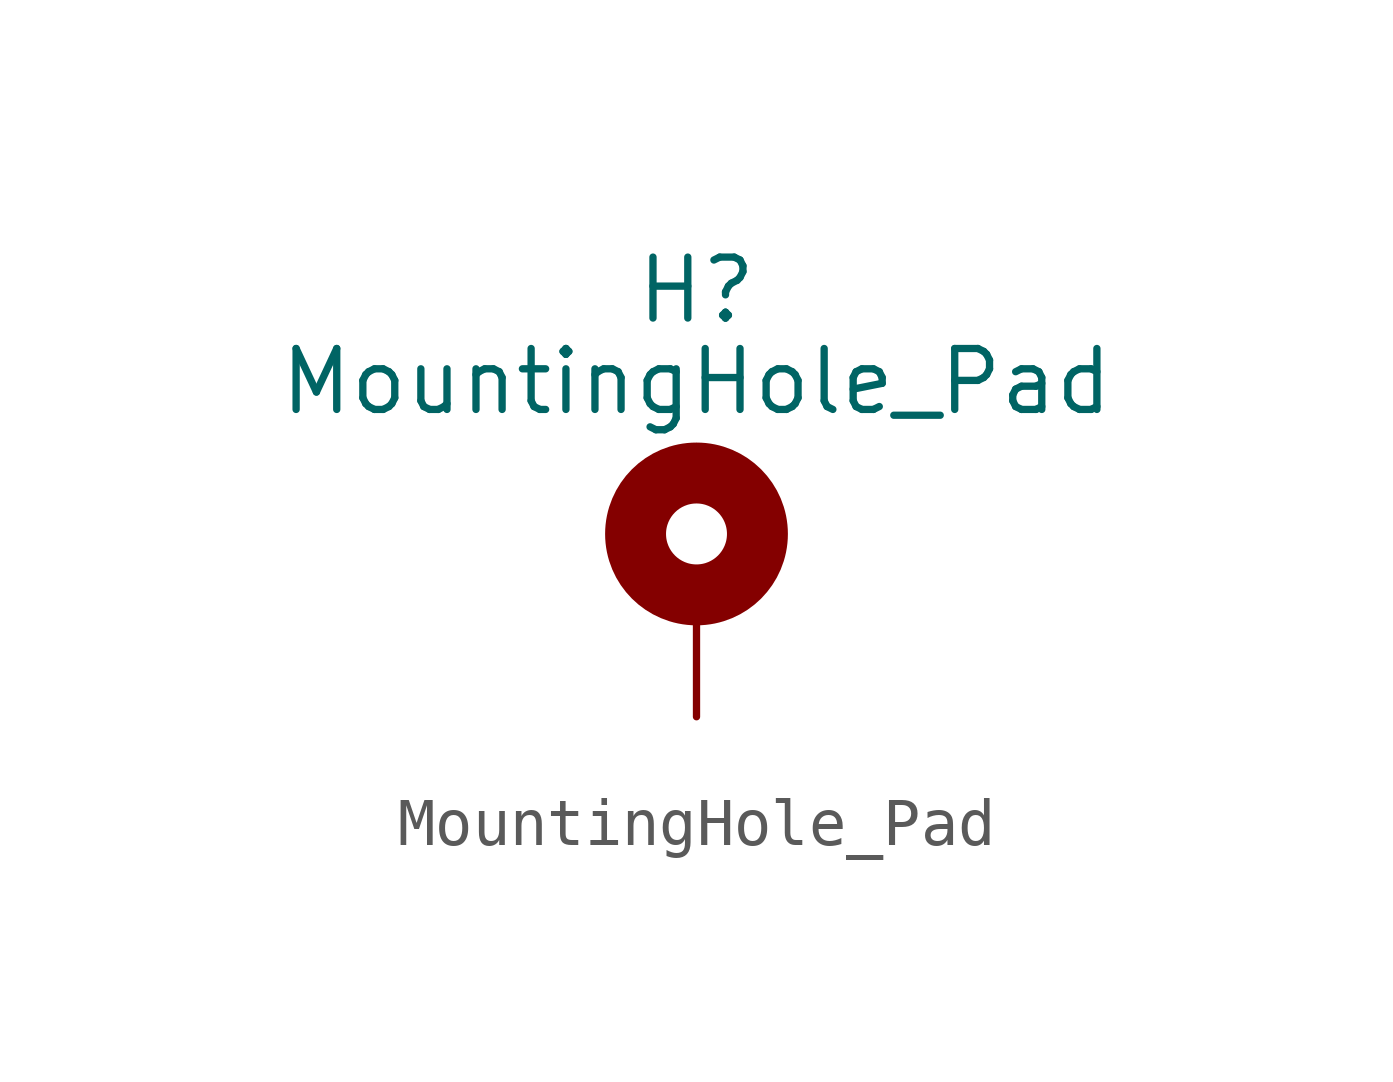
<source format=kicad_sym>
(kicad_symbol_lib
  (version 20220914)
  (generator kicad_symbol_editor)
  (symbol "MountingHole_Pad"
    (pin_numbers hide)
    (pin_names
      (offset 1.016) hide)
    (property "Reference" "H"
      (at 0 6.35 0)
      (effects (font (size 1.27 1.27))))
    (property "Value" "MountingHole_Pad"
      (at 0 4.445 0)
      (effects (font (size 1.27 1.27))))
    (symbol "MountingHole_Pad_0_1"
      (circle (center 0 1.27) (radius 1.27) (stroke (width 1.27) (type default)) (fill (type none))))
    (symbol "MountingHole_Pad_1_1"
      (pin input line (at 0 -2.54 90) (length 2.54) (name "1" (effects (font (size 1.27 1.27)))) (number "1" (effects (font (size 1.27 1.27))))))))
</source>
